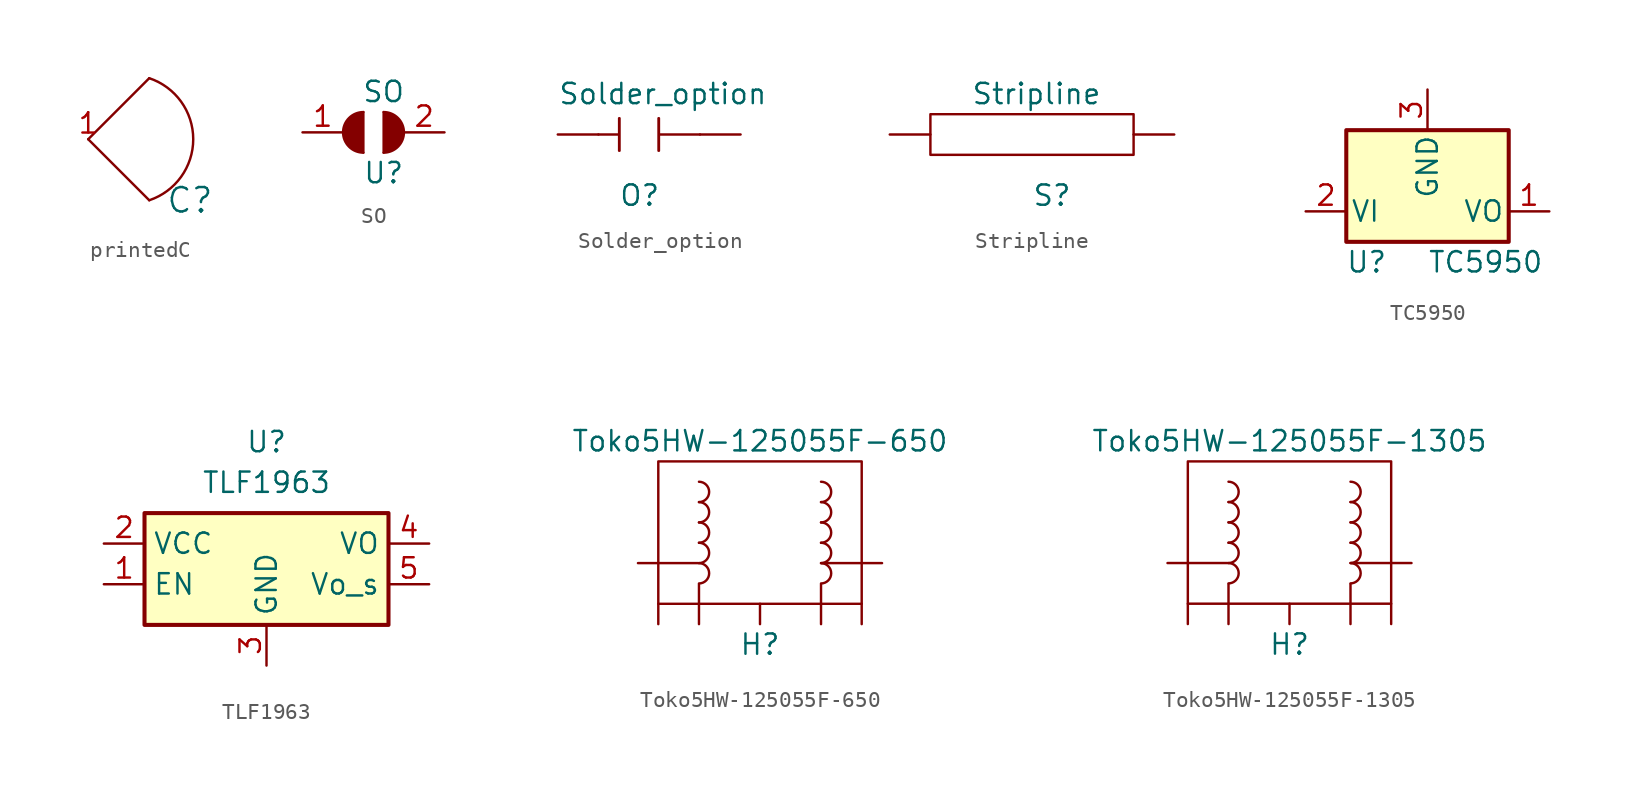
<source format=kicad_sym>
(kicad_symbol_lib
  (version 20211014)
  (generator kicad_symbol_editor)
  (symbol "printedC"
    (pin_names
      (offset 1.016))
    (property "Reference" "C"
      (at 1.27 -3.81 0)
      (effects (font (size 1.524 1.524))))
    (symbol "printedC_0_1"
      (arc (start -1.27 -3.81) (mid 1.4761 0) (end -1.27 3.81) (stroke (width 0) (type default) (color 0 0 0 0)) (fill (type none)))
      (polyline (pts (xy -1.27 3.81) (xy -5.08 0) (xy -1.27 -3.81)) (stroke (width 0) (type default) (color 0 0 0 0)) (fill (type none))))
    (symbol "printedC_1_1"
      (pin input line (at -5.08 0 0) (length 0) (name "~" (effects (font (size 1.27 1.27)))) (number "1" (effects (font (size 1.27 1.27)))))))
  (symbol "SO"
    (pin_names
      (offset 1.016))
    (property "Reference" "U"
      (at 0 -2.54 0)
      (effects (font (size 1.27 1.27))))
    (property "Value" "SO"
      (at 0 2.54 0)
      (effects (font (size 1.27 1.27))))
    (symbol "SO_0_1"
      (arc (start -1.27 1.27) (mid -2.54 0) (end -1.27 -1.27) (stroke (width 0) (type default) (color 0 0 0 0)) (fill (type outline)))
      (arc (start 0 -1.27) (mid 1.27 0) (end 0 1.27) (stroke (width 0) (type default) (color 0 0 0 0)) (fill (type outline)))
      (polyline (pts (xy -1.27 1.27) (xy -1.27 -1.27)) (stroke (width 0) (type default) (color 0 0 0 0)) (fill (type none)))
      (polyline (pts (xy 0 -1.27) (xy 0 1.27)) (stroke (width 0) (type default) (color 0 0 0 0)) (fill (type none))))
    (symbol "SO_1_1"
      (pin input line (at -5.08 0 0) (length 2.54) (name "~" (effects (font (size 1.27 1.27)))) (number "1" (effects (font (size 1.27 1.27)))))
      (pin input line (at 3.81 0 180) (length 2.54) (name "~" (effects (font (size 1.27 1.27)))) (number "2" (effects (font (size 1.27 1.27)))))))
  (symbol "Solder_option"
    (pin_numbers hide)
    (pin_names
      (offset 0) hide)
    (property "Reference" "O"
      (at -1.27 -3.81 0)
      (effects (font (size 1.27 1.27)) (justify left)))
    (property "Value" "Solder_option"
      (at -5.08 2.54 0)
      (effects (font (size 1.27 1.27)) (justify left)))
    (symbol "Solder_option_0_1"
      (rectangle (start -1.219 1.016) (end -1.245 -1.016) (stroke (width 0) (type default) (color 0 0 0 0)) (fill (type outline)))
      (polyline (pts (xy -1.27 0) (xy -2.54 0)) (stroke (width 0) (type default) (color 0 0 0 0)) (fill (type none)))
      (polyline (pts (xy 3.81 0) (xy 1.27 0)) (stroke (width 0) (type default) (color 0 0 0 0)) (fill (type none)))
      (rectangle (start 1.219 1.016) (end 1.245 -1.016) (stroke (width 0) (type default) (color 0 0 0 0)) (fill (type outline))))
    (symbol "Solder_option_1_1"
      (pin passive line (at 6.35 0 180) (length 2.54) (name "+" (effects (font (size 1.27 1.27)))) (number "1" (effects (font (size 1.27 1.27)))))
      (pin passive line (at -5.08 0 0) (length 2.54) (name "-" (effects (font (size 1.27 1.27)))) (number "2" (effects (font (size 1.27 1.27)))))))
  (symbol "Stripline"
    (pin_numbers hide)
    (pin_names
      (offset 0) hide)
    (property "Reference" "S"
      (at 0 -3.81 0)
      (effects (font (size 1.27 1.27)) (justify left)))
    (property "Value" "Stripline"
      (at -3.81 2.54 0)
      (effects (font (size 1.27 1.27)) (justify left)))
    (symbol "Stripline_0_1"
      (polyline (pts (xy -6.35 1.27) (xy 6.35 1.27) (xy 6.35 -1.27) (xy -6.35 -1.27) (xy -6.35 0) (xy -6.35 1.27)) (stroke (width 0) (type default) (color 0 0 0 0)) (fill (type none))))
    (symbol "Stripline_1_1"
      (pin passive line (at 8.89 0 180) (length 2.54) (name "+" (effects (font (size 1.27 1.27)))) (number "1" (effects (font (size 1.27 1.27)))))
      (pin passive line (at -8.89 0 0) (length 2.54) (name "-" (effects (font (size 1.27 1.27)))) (number "2" (effects (font (size 1.27 1.27)))))))
  (symbol "TC5950"
    (pin_names
      (offset 0.254))
    (property "Reference" "U"
      (at -3.81 -3.175 0)
      (effects (font (size 1.27 1.27))))
    (property "Value" "TC5950"
      (at 0 -3.175 0)
      (effects (font (size 1.27 1.27)) (justify left)))
    (symbol "TC5950_0_1"
      (rectangle (start -5.08 5.08) (end 5.08 -1.905) (stroke (width 0.254) (type default) (color 0 0 0 0)) (fill (type background))))
    (symbol "TC5950_1_1"
      (pin power_out line (at 7.62 0 180) (length 2.54) (name "VO" (effects (font (size 1.27 1.27)))) (number "1" (effects (font (size 1.27 1.27)))))
      (pin power_in line (at -7.62 0 0) (length 2.54) (name "VI" (effects (font (size 1.27 1.27)))) (number "2" (effects (font (size 1.27 1.27)))))
      (pin power_in line (at 0 7.62 270) (length 2.54) (name "GND" (effects (font (size 1.27 1.27)))) (number "3" (effects (font (size 1.27 1.27)))))))
  (symbol "TLF1963"
    (property "Reference" "U"
      (at 0 6.35 0)
      (effects (font (size 1.27 1.27))))
    (property "Value" "TLF1963"
      (at 0 3.81 0)
      (effects (font (size 1.27 1.27))))
    (symbol "TLF1963_1_1"
      (rectangle (start -7.62 -5.08) (end 7.62 1.905) (stroke (width 0.254) (type default) (color 0 0 0 0)) (fill (type background)))
      (pin input line (at -10.16 -2.54 0) (length 2.54) (name "EN" (effects (font (size 1.27 1.27)))) (number "1" (effects (font (size 1.27 1.27)))))
      (pin power_in line (at -10.16 0 0) (length 2.54) (name "VCC" (effects (font (size 1.27 1.27)))) (number "2" (effects (font (size 1.27 1.27)))))
      (pin power_in line (at 0 -7.62 90) (length 2.54) (name "GND" (effects (font (size 1.27 1.27)))) (number "3" (effects (font (size 1.27 1.27)))))
      (pin power_out line (at 10.16 0 180) (length 2.54) (name "VO" (effects (font (size 1.27 1.27)))) (number "4" (effects (font (size 1.27 1.27)))))
      (pin input line (at 10.16 -2.54 180) (length 2.54) (name "Vo_s" (effects (font (size 1.27 1.27)))) (number "5" (effects (font (size 1.27 1.27)))))
      (pin passive line (at 0 -7.62 90) (length 2.54) hide (name "GND" (effects (font (size 1.27 1.27)))) (number "6" (effects (font (size 1.27 1.27)))))))
  (symbol "Toko5HW-125055F-650"
    (pin_numbers hide)
    (pin_names
      (offset 1.016) hide)
    (property "Reference" "H"
      (at 0 -6.35 0)
      (effects (font (size 1.27 1.27))))
    (property "Value" "Toko5HW-125055F-650"
      (at 0 6.35 0)
      (effects (font (size 1.27 1.27))))
    (symbol "Toko5HW-125055F-650_0_1"
      (rectangle (start -6.35 5.08) (end 6.35 -3.81) (stroke (width 0) (type default) (color 0 0 0 0)) (fill (type none)))
      (arc (start -3.81 -2.54) (mid -3.175 -1.905) (end -3.81 -1.27) (stroke (width 0) (type default) (color 0 0 0 0)) (fill (type none)))
      (arc (start -3.81 -1.27) (mid -3.175 -0.635) (end -3.81 0) (stroke (width 0) (type default) (color 0 0 0 0)) (fill (type none)))
      (arc (start -3.81 0) (mid -3.175 0.635) (end -3.81 1.27) (stroke (width 0) (type default) (color 0 0 0 0)) (fill (type none)))
      (arc (start -3.81 1.27) (mid -3.175 1.905) (end -3.81 2.54) (stroke (width 0) (type default) (color 0 0 0 0)) (fill (type none)))
      (arc (start -3.81 2.54) (mid -3.175 3.175) (end -3.81 3.81) (stroke (width 0) (type default) (color 0 0 0 0)) (fill (type none)))
      (arc (start 3.81 -2.54) (mid 4.445 -1.905) (end 3.81 -1.27) (stroke (width 0) (type default) (color 0 0 0 0)) (fill (type none)))
      (arc (start 3.81 -1.27) (mid 4.445 -0.635) (end 3.81 0) (stroke (width 0) (type default) (color 0 0 0 0)) (fill (type none)))
      (arc (start 3.81 0) (mid 4.445 0.635) (end 3.81 1.27) (stroke (width 0) (type default) (color 0 0 0 0)) (fill (type none)))
      (arc (start 3.81 1.27) (mid 4.445 1.905) (end 3.81 2.54) (stroke (width 0) (type default) (color 0 0 0 0)) (fill (type none)))
      (arc (start 3.81 2.54) (mid 4.445 3.175) (end 3.81 3.81) (stroke (width 0) (type default) (color 0 0 0 0)) (fill (type none))))
    (symbol "Toko5HW-125055F-650_1_1"
      (pin input line (at -7.62 -1.27 0) (length 3.759) (name "In" (effects (font (size 1.27 1.27)))) (number "1" (effects (font (size 1.27 1.27)))))
      (pin input line (at 0 -5.08 90) (length 1.27) (name "GND" (effects (font (size 1.27 1.27)))) (number "10" (effects (font (size 1.27 1.27)))))
      (pin input line (at 6.35 -5.08 90) (length 1.27) (name "GND" (effects (font (size 1.27 1.27)))) (number "11" (effects (font (size 1.27 1.27)))))
      (pin input line (at 3.81 -5.08 90) (length 2.489) (name "GND" (effects (font (size 1.27 1.27)))) (number "4" (effects (font (size 1.27 1.27)))))
      (pin input line (at 7.62 -1.27 180) (length 3.759) (name "Out" (effects (font (size 1.27 1.27)))) (number "5" (effects (font (size 1.27 1.27)))))
      (pin input line (at -3.81 -5.08 90) (length 2.489) (name "GND" (effects (font (size 1.27 1.27)))) (number "8" (effects (font (size 1.27 1.27)))))
      (pin input line (at -6.35 -5.08 90) (length 1.27) (name "GND" (effects (font (size 1.27 1.27)))) (number "9" (effects (font (size 1.27 1.27)))))))
  (symbol "Toko5HW-125055F-1305"
    (pin_numbers hide)
    (pin_names
      (offset 1.016) hide)
    (property "Reference" "H"
      (at 0 -6.35 0)
      (effects (font (size 1.27 1.27))))
    (property "Value" "Toko5HW-125055F-1305"
      (at 0 6.35 0)
      (effects (font (size 1.27 1.27))))
    (symbol "Toko5HW-125055F-1305_0_1"
      (rectangle (start -6.35 5.08) (end 6.35 -3.81) (stroke (width 0) (type default) (color 0 0 0 0)) (fill (type none)))
      (arc (start -3.81 -2.54) (mid -3.175 -1.905) (end -3.81 -1.27) (stroke (width 0) (type default) (color 0 0 0 0)) (fill (type none)))
      (arc (start -3.81 -1.27) (mid -3.175 -0.635) (end -3.81 0) (stroke (width 0) (type default) (color 0 0 0 0)) (fill (type none)))
      (arc (start -3.81 0) (mid -3.175 0.635) (end -3.81 1.27) (stroke (width 0) (type default) (color 0 0 0 0)) (fill (type none)))
      (arc (start -3.81 1.27) (mid -3.175 1.905) (end -3.81 2.54) (stroke (width 0) (type default) (color 0 0 0 0)) (fill (type none)))
      (arc (start -3.81 2.54) (mid -3.175 3.175) (end -3.81 3.81) (stroke (width 0) (type default) (color 0 0 0 0)) (fill (type none)))
      (arc (start 3.81 -2.54) (mid 4.445 -1.905) (end 3.81 -1.27) (stroke (width 0) (type default) (color 0 0 0 0)) (fill (type none)))
      (arc (start 3.81 -1.27) (mid 4.445 -0.635) (end 3.81 0) (stroke (width 0) (type default) (color 0 0 0 0)) (fill (type none)))
      (arc (start 3.81 0) (mid 4.445 0.635) (end 3.81 1.27) (stroke (width 0) (type default) (color 0 0 0 0)) (fill (type none)))
      (arc (start 3.81 1.27) (mid 4.445 1.905) (end 3.81 2.54) (stroke (width 0) (type default) (color 0 0 0 0)) (fill (type none)))
      (arc (start 3.81 2.54) (mid 4.445 3.175) (end 3.81 3.81) (stroke (width 0) (type default) (color 0 0 0 0)) (fill (type none))))
    (symbol "Toko5HW-125055F-1305_1_1"
      (pin input line (at -7.62 -1.27 0) (length 3.759) (name "In" (effects (font (size 1.27 1.27)))) (number "1" (effects (font (size 1.27 1.27)))))
      (pin input line (at 0 -5.08 90) (length 1.27) (name "GND" (effects (font (size 1.27 1.27)))) (number "10" (effects (font (size 1.27 1.27)))))
      (pin input line (at 6.35 -5.08 90) (length 1.27) (name "GND" (effects (font (size 1.27 1.27)))) (number "11" (effects (font (size 1.27 1.27)))))
      (pin input line (at 3.81 -5.08 90) (length 2.489) (name "GND" (effects (font (size 1.27 1.27)))) (number "4" (effects (font (size 1.27 1.27)))))
      (pin input line (at 7.62 -1.27 180) (length 3.759) (name "Out" (effects (font (size 1.27 1.27)))) (number "5" (effects (font (size 1.27 1.27)))))
      (pin input line (at -3.81 -5.08 90) (length 2.489) (name "GND" (effects (font (size 1.27 1.27)))) (number "8" (effects (font (size 1.27 1.27)))))
      (pin input line (at -6.35 -5.08 90) (length 1.27) (name "GND" (effects (font (size 1.27 1.27)))) (number "9" (effects (font (size 1.27 1.27))))))))
</source>
